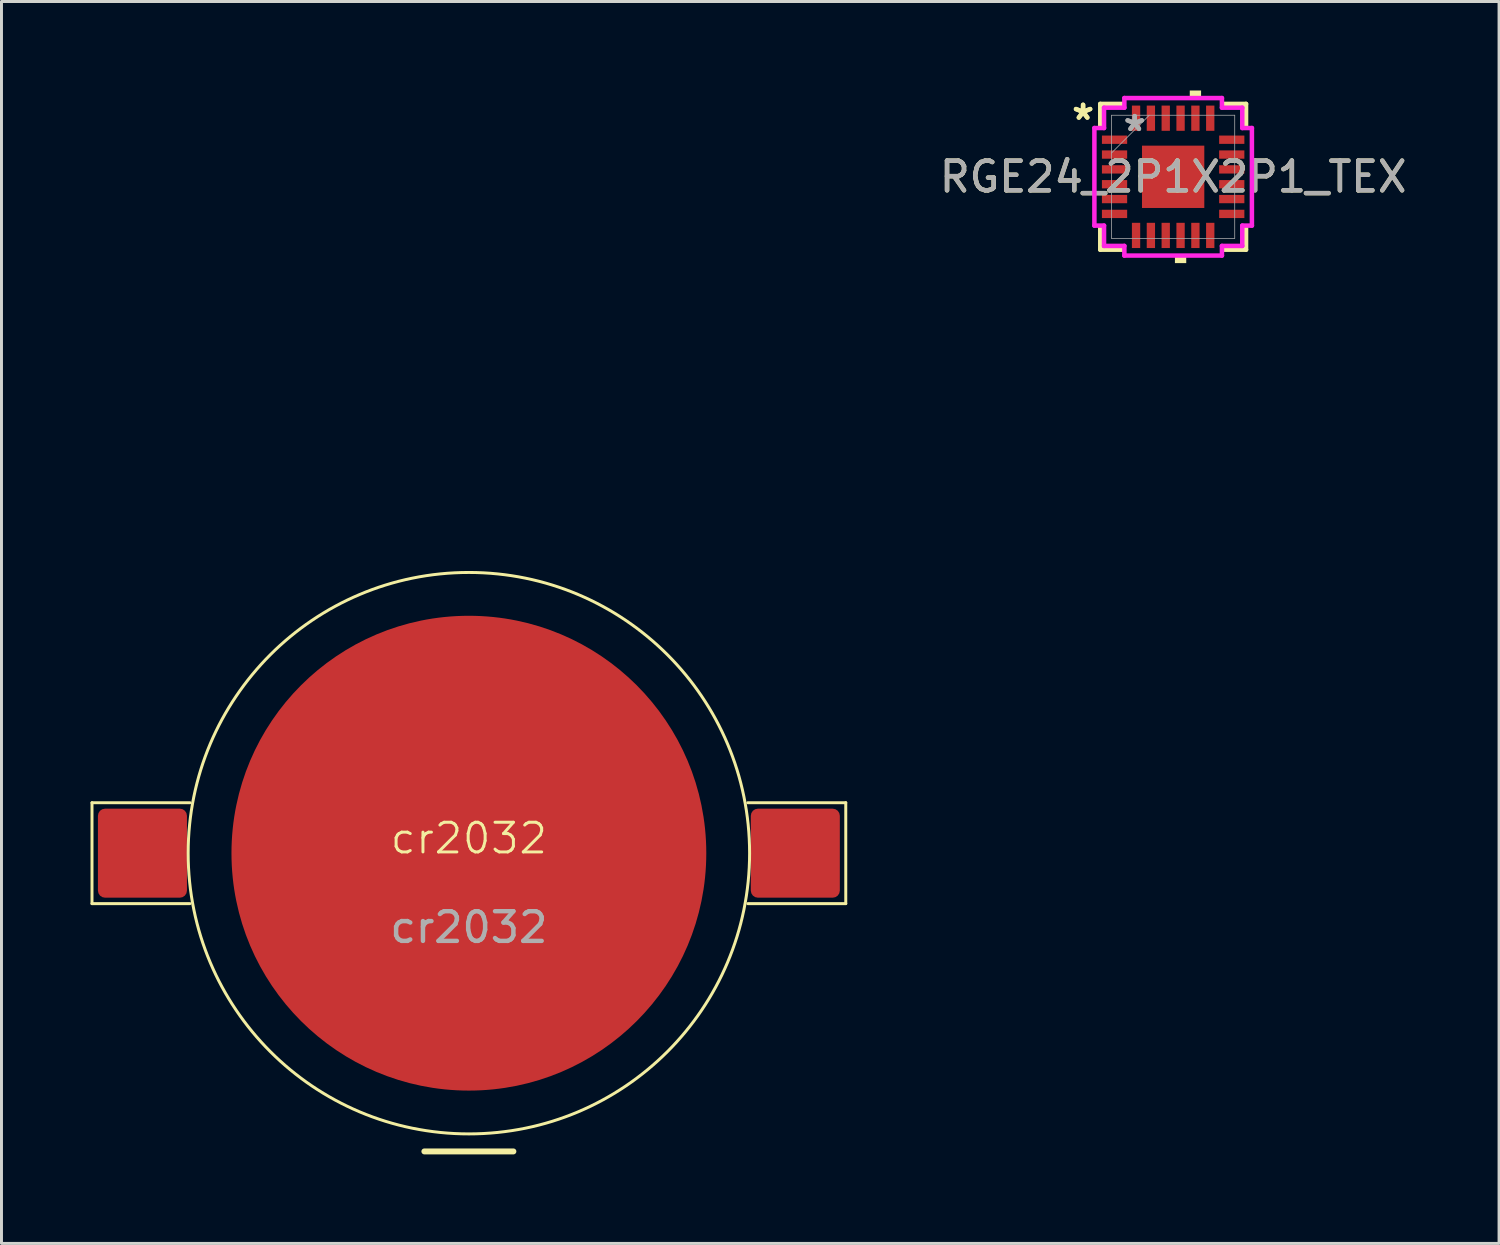
<source format=kicad_pcb>
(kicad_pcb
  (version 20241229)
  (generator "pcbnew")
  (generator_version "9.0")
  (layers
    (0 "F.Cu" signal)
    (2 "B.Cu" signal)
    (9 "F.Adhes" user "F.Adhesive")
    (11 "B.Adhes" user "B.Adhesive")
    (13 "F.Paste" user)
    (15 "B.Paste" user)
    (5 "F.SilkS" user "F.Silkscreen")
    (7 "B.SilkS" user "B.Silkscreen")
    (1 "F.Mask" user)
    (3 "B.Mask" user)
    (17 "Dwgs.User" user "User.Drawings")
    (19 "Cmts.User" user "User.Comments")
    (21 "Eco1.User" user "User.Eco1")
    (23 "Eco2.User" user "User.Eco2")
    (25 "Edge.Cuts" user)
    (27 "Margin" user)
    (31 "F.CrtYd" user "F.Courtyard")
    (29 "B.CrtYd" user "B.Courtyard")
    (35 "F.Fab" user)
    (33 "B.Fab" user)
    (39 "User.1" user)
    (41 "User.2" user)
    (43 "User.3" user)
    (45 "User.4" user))
  (footprint "cr2032"
    (layer "F.Cu")
    (at 12.75 25.7)
    (property "Reference" "cr2032" (at 0 -0.5 0) (unlocked yes) (layer "F.SilkS") (effects (font (size 1 1) (thickness 0.1))))
    (attr smd)
    (fp_line (start -12.7 -1.7) (end -9.4 -1.7) (stroke (width 0.1) (type default)) (layer "F.SilkS"))
    (fp_line (start -12.7 1.7) (end -12.7 -1.7) (stroke (width 0.1) (type default)) (layer "F.SilkS"))
    (fp_line (start -9.4 1.7) (end -12.7 1.7) (stroke (width 0.1) (type default)) (layer "F.SilkS"))
    (fp_line (start -1.5 10.05) (end 1.5 10.05) (stroke (width 0.2) (type default)) (layer "F.SilkS"))
    (fp_line (start 9.4 -1.7) (end 12.7 -1.7) (stroke (width 0.1) (type default)) (layer "F.SilkS"))
    (fp_line (start 12.7 -1.7) (end 12.7 1.7) (stroke (width 0.1) (type default)) (layer "F.SilkS"))
    (fp_line (start 12.7 1.7) (end 9.4 1.7) (stroke (width 0.1) (type default)) (layer "F.SilkS"))
    (fp_circle (center 0 0) (end 9.2 -2.2) (stroke (width 0.1) (type default)) (fill no) (layer "F.SilkS"))
    (fp_text user "${REFERENCE}" (at 0 2.5 0) (unlocked yes) (layer "F.Fab") (effects (font (size 1 1) (thickness 0.15))))
    (pad "1" smd roundrect (at -11 0) (size 3 3) (layers "F.Cu" "F.Mask" "F.Paste") (roundrect_rratio 0.08))
    (pad "1" smd roundrect (at 11 0) (size 3 3) (layers "F.Cu" "F.Mask" "F.Paste") (roundrect_rratio 0.08))
    (pad "2" smd circle (at 0 0) (size 16 16) (layers "F.Cu" "F.Mask" "F.Paste"))
    (zone (net_name "") (layer "F.Cu") (hatch edge 0.5) (connect_pads) (min_thickness 0.25) (filled_areas_thickness no) (keepout (tracks not_allowed) (vias not_allowed) (pads not_allowed) (copperpour not_allowed) (footprints not_allowed)) (placement (enabled no)) (fill) (polygon (pts (xy 3.291 25.7) (xy 22.209 25.7) (xy 22.25 0) (xy 3.3 0))))
    (zone (net_name "") (layer "F.Cu") (hatch edge 0.5) (connect_pads) (min_thickness 0.25) (filled_areas_thickness no) (keepout (tracks allowed) (vias not_allowed) (pads not_allowed) (copperpour not_allowed) (footprints not_allowed)) (placement (enabled no)) (fill) (polygon (pts (xy 21.861 25.7) (xy 21.842 25.104) (xy 21.783 24.511) (xy 21.686 23.923) (xy 21.551 23.342) (xy 21.378 22.771) (xy 21.168 22.213) (xy 20.922 21.67) (xy 20.64 21.144) (xy 20.326 20.638) (xy 19.978 20.154) (xy 19.6 19.693) (xy 19.193 19.257) (xy 18.757 18.85) (xy 18.296 18.472) (xy 17.812 18.124) (xy 17.306 17.81) (xy 16.78 17.528) (xy 16.237 17.282) (xy 15.679 17.072) (xy 15.108 16.899) (xy 14.527 16.764) (xy 13.939 16.667) (xy 13.346 16.608) (xy 12.75 16.589) (xy 12.154 16.608) (xy 11.561 16.667) (xy 10.973 16.764) (xy 10.392 16.899) (xy 9.821 17.072) (xy 9.263 17.282) (xy 8.72 17.528) (xy 8.194 17.81) (xy 7.688 18.124) (xy 7.204 18.472) (xy 6.743 18.85) (xy 6.307 19.257) (xy 5.9 19.693) (xy 5.522 20.154) (xy 5.174 20.638) (xy 4.86 21.144) (xy 4.578 21.67) (xy 4.332 22.213) (xy 4.122 22.771) (xy 3.949 23.342) (xy 3.814 23.923) (xy 3.717 24.511) (xy 3.658 25.104) (xy 3.639 25.7) (xy 3.658 26.296) (xy 3.717 26.889) (xy 3.814 27.477) (xy 3.949 28.058) (xy 4.122 28.629) (xy 4.332 29.187) (xy 4.578 29.73) (xy 4.86 30.256) (xy 5.174 30.762) (xy 5.522 31.246) (xy 5.9 31.707) (xy 6.307 32.143) (xy 6.743 32.55) (xy 7.204 32.928) (xy 7.688 33.276) (xy 8.194 33.59) (xy 8.72 33.872) (xy 9.263 34.118) (xy 9.821 34.328) (xy 10.392 34.501) (xy 10.973 34.636) (xy 11.561 34.733) (xy 12.154 34.792) (xy 12.75 34.811) (xy 13.346 34.792) (xy 13.939 34.733) (xy 14.527 34.636) (xy 15.108 34.501) (xy 15.679 34.328) (xy 16.237 34.118) (xy 16.78 33.872) (xy 17.306 33.59) (xy 17.812 33.276) (xy 18.296 32.928) (xy 18.757 32.55) (xy 19.193 32.143) (xy 19.6 31.707) (xy 19.978 31.246) (xy 20.326 30.762) (xy 20.64 30.256) (xy 20.922 29.73) (xy 21.168 29.187) (xy 21.378 28.629) (xy 21.551 28.058) (xy 21.686 27.477) (xy 21.783 26.889) (xy 21.842 26.296)))))
  (footprint "RGE24_2P1X2P1_TEX"
    (layer "F.Cu")
    (at 36.482 2.908)
    (property "Reference" "RGE24_2P1X2P1_TEX" (at 0 0 0) (unlocked yes) (layer "F.SilkS") (effects (font (size 1 1) (thickness 0.15))))
    (attr smd)
    (fp_poly (pts (xy -1.113 -1.113) (xy 1.113 -1.113) (xy 1.113 1.106) (xy -1.113 1.106)) (stroke (width 0) (type solid)) (fill yes) (layer "F.Mask"))
    (fp_line (start -2.456 -2.456) (end -2.456 -1.718) (stroke (width 0.152) (type solid)) (layer "F.SilkS"))
    (fp_line (start -2.456 1.718) (end -2.456 2.456) (stroke (width 0.152) (type solid)) (layer "F.SilkS"))
    (fp_line (start -2.456 2.456) (end -1.718 2.456) (stroke (width 0.152) (type solid)) (layer "F.SilkS"))
    (fp_line (start -1.718 -2.456) (end -2.456 -2.456) (stroke (width 0.152) (type solid)) (layer "F.SilkS"))
    (fp_line (start 1.718 2.456) (end 2.456 2.456) (stroke (width 0.152) (type solid)) (layer "F.SilkS"))
    (fp_line (start 2.456 -2.456) (end 1.718 -2.456) (stroke (width 0.152) (type solid)) (layer "F.SilkS"))
    (fp_line (start 2.456 -1.718) (end 2.456 -2.456) (stroke (width 0.152) (type solid)) (layer "F.SilkS"))
    (fp_line (start 2.456 2.456) (end 2.456 1.718) (stroke (width 0.152) (type solid)) (layer "F.SilkS"))
    (fp_poly (pts (xy 0.06 2.654) (xy 0.06 2.908) (xy 0.441 2.908) (xy 0.441 2.654)) (stroke (width 0) (type solid)) (fill yes) (layer "F.SilkS"))
    (fp_poly (pts (xy 0.56 -2.654) (xy 0.56 -2.908) (xy 0.941 -2.908) (xy 0.941 -2.654)) (stroke (width 0) (type solid)) (fill yes) (layer "F.SilkS"))
    (fp_poly (pts (xy -0.975 -0.975) (xy -0.975 -0.494) (xy -0.635 -0.494) (xy -0.494 -0.635) (xy -0.494 -0.975)) (stroke (width 0) (type solid)) (fill yes) (layer "F.Paste"))
    (fp_poly (pts (xy -0.975 0.494) (xy -0.975 0.975) (xy -0.494 0.975) (xy -0.494 0.635) (xy -0.635 0.494)) (stroke (width 0) (type solid)) (fill yes) (layer "F.Paste"))
    (fp_poly (pts (xy 0.494 -0.975) (xy 0.494 -0.635) (xy 0.635 -0.494) (xy 0.975 -0.494) (xy 0.975 -0.975)) (stroke (width 0) (type solid)) (fill yes) (layer "F.Paste"))
    (fp_poly (pts (xy 0.635 0.494) (xy 0.494 0.635) (xy 0.494 0.975) (xy 0.975 0.975) (xy 0.975 0.494)) (stroke (width 0) (type solid)) (fill yes) (layer "F.Paste"))
    (fp_poly (pts (xy -0.975 -0.294) (xy -0.975 0.294) (xy -0.635 0.294) (xy -0.494 0.152) (xy -0.494 -0.152) (xy -0.635 -0.294)) (stroke (width 0) (type solid)) (fill yes) (layer "F.Paste"))
    (fp_poly (pts (xy -0.294 -0.975) (xy -0.294 -0.635) (xy -0.152 -0.494) (xy 0.152 -0.494) (xy 0.294 -0.635) (xy 0.294 -0.975)) (stroke (width 0) (type solid)) (fill yes) (layer "F.Paste"))
    (fp_poly (pts (xy -0.152 0.494) (xy -0.294 0.635) (xy -0.294 0.975) (xy 0.294 0.975) (xy 0.294 0.635) (xy 0.152 0.494)) (stroke (width 0) (type solid)) (fill yes) (layer "F.Paste"))
    (fp_poly (pts (xy 0.635 -0.294) (xy 0.494 -0.152) (xy 0.494 0.152) (xy 0.635 0.294) (xy 0.975 0.294) (xy 0.975 -0.294)) (stroke (width 0) (type solid)) (fill yes) (layer "F.Paste"))
    (fp_poly (pts (xy -0.152 -0.294) (xy -0.294 -0.152) (xy -0.294 0.152) (xy -0.152 0.294) (xy 0.152 0.294) (xy 0.294 0.152) (xy 0.294 -0.152) (xy 0.152 -0.294)) (stroke (width 0) (type solid)) (fill yes) (layer "F.Paste"))
    (fp_line (start -2.654 -1.644) (end -2.329 -1.644) (stroke (width 0.152) (type solid)) (layer "F.CrtYd"))
    (fp_line (start -2.654 1.644) (end -2.654 -1.644) (stroke (width 0.152) (type solid)) (layer "F.CrtYd"))
    (fp_line (start -2.329 -2.329) (end -1.644 -2.329) (stroke (width 0.152) (type solid)) (layer "F.CrtYd"))
    (fp_line (start -2.329 -1.644) (end -2.329 -2.329) (stroke (width 0.152) (type solid)) (layer "F.CrtYd"))
    (fp_line (start -2.329 1.644) (end -2.654 1.644) (stroke (width 0.152) (type solid)) (layer "F.CrtYd"))
    (fp_line (start -2.329 2.329) (end -2.329 1.644) (stroke (width 0.152) (type solid)) (layer "F.CrtYd"))
    (fp_line (start -1.644 -2.654) (end 1.644 -2.654) (stroke (width 0.152) (type solid)) (layer "F.CrtYd"))
    (fp_line (start -1.644 -2.329) (end -1.644 -2.654) (stroke (width 0.152) (type solid)) (layer "F.CrtYd"))
    (fp_line (start -1.644 2.329) (end -2.329 2.329) (stroke (width 0.152) (type solid)) (layer "F.CrtYd"))
    (fp_line (start -1.644 2.654) (end -1.644 2.329) (stroke (width 0.152) (type solid)) (layer "F.CrtYd"))
    (fp_line (start 1.644 -2.654) (end 1.644 -2.329) (stroke (width 0.152) (type solid)) (layer "F.CrtYd"))
    (fp_line (start 1.644 -2.329) (end 2.329 -2.329) (stroke (width 0.152) (type solid)) (layer "F.CrtYd"))
    (fp_line (start 1.644 2.329) (end 1.644 2.654) (stroke (width 0.152) (type solid)) (layer "F.CrtYd"))
    (fp_line (start 1.644 2.654) (end -1.644 2.654) (stroke (width 0.152) (type solid)) (layer "F.CrtYd"))
    (fp_line (start 2.329 -2.329) (end 2.329 -1.644) (stroke (width 0.152) (type solid)) (layer "F.CrtYd"))
    (fp_line (start 2.329 -1.644) (end 2.654 -1.644) (stroke (width 0.152) (type solid)) (layer "F.CrtYd"))
    (fp_line (start 2.329 1.644) (end 2.329 2.329) (stroke (width 0.152) (type solid)) (layer "F.CrtYd"))
    (fp_line (start 2.329 2.329) (end 1.644 2.329) (stroke (width 0.152) (type solid)) (layer "F.CrtYd"))
    (fp_line (start 2.654 -1.644) (end 2.654 1.644) (stroke (width 0.152) (type solid)) (layer "F.CrtYd"))
    (fp_line (start 2.654 1.644) (end 2.329 1.644) (stroke (width 0.152) (type solid)) (layer "F.CrtYd"))
    (fp_line (start -2.075 -2.075) (end -2.075 2.075) (stroke (width 0.025) (type solid)) (layer "F.Fab"))
    (fp_line (start -2.075 -0.805) (end -0.805 -2.075) (stroke (width 0.025) (type solid)) (layer "F.Fab"))
    (fp_line (start -2.075 2.075) (end 2.075 2.075) (stroke (width 0.025) (type solid)) (layer "F.Fab"))
    (fp_line (start 2.075 -2.075) (end -2.075 -2.075) (stroke (width 0.025) (type solid)) (layer "F.Fab"))
    (fp_line (start 2.075 2.075) (end 2.075 -2.075) (stroke (width 0.025) (type solid)) (layer "F.Fab"))
    (fp_text user "*" (at -3.035 -1.881 0) (unlocked yes) (layer "F.SilkS") (effects (font (size 1 1) (thickness 0.15))))
    (fp_text user "*" (at -3.035 -1.881 0) (unlocked yes) (layer "F.SilkS") (effects (font (size 1 1) (thickness 0.15))))
    (fp_text user "${REFERENCE}" (at 0 0 0) (unlocked yes) (layer "F.Fab") (effects (font (size 1 1) (thickness 0.15))))
    (fp_text user "*" (at -1.296 -1.5 0) (unlocked yes) (layer "F.Fab") (effects (font (size 1 1) (thickness 0.15))))
    (fp_text user "*" (at -1.296 -1.5 0) (unlocked yes) (layer "F.Fab") (effects (font (size 1 1) (thickness 0.15))))
    (pad "1" smd rect (at -1.975 -1.25 90) (size 0.28 0.85) (layers "F.Cu" "F.Mask" "F.Paste"))
    (pad "2" smd rect (at -1.975 -0.75 90) (size 0.28 0.85) (layers "F.Cu" "F.Mask" "F.Paste"))
    (pad "3" smd rect (at -1.975 -0.25 90) (size 0.28 0.85) (layers "F.Cu" "F.Mask" "F.Paste"))
    (pad "4" smd rect (at -1.975 0.25 90) (size 0.28 0.85) (layers "F.Cu" "F.Mask" "F.Paste"))
    (pad "5" smd rect (at -1.975 0.75 90) (size 0.28 0.85) (layers "F.Cu" "F.Mask" "F.Paste"))
    (pad "6" smd rect (at -1.975 1.25 90) (size 0.28 0.85) (layers "F.Cu" "F.Mask" "F.Paste"))
    (pad "7" smd rect (at -1.25 1.975) (size 0.28 0.85) (layers "F.Cu" "F.Mask" "F.Paste"))
    (pad "8" smd rect (at -0.75 1.975) (size 0.28 0.85) (layers "F.Cu" "F.Mask" "F.Paste"))
    (pad "9" smd rect (at -0.25 1.975) (size 0.28 0.85) (layers "F.Cu" "F.Mask" "F.Paste"))
    (pad "10" smd rect (at 0.25 1.975) (size 0.28 0.85) (layers "F.Cu" "F.Mask" "F.Paste"))
    (pad "11" smd rect (at 0.75 1.975) (size 0.28 0.85) (layers "F.Cu" "F.Mask" "F.Paste"))
    (pad "12" smd rect (at 1.25 1.975) (size 0.28 0.85) (layers "F.Cu" "F.Mask" "F.Paste"))
    (pad "13" smd rect (at 1.975 1.25 90) (size 0.28 0.85) (layers "F.Cu" "F.Mask" "F.Paste"))
    (pad "14" smd rect (at 1.975 0.75 90) (size 0.28 0.85) (layers "F.Cu" "F.Mask" "F.Paste"))
    (pad "15" smd rect (at 1.975 0.25 90) (size 0.28 0.85) (layers "F.Cu" "F.Mask" "F.Paste"))
    (pad "16" smd rect (at 1.975 -0.25 90) (size 0.28 0.85) (layers "F.Cu" "F.Mask" "F.Paste"))
    (pad "17" smd rect (at 1.975 -0.75 90) (size 0.28 0.85) (layers "F.Cu" "F.Mask" "F.Paste"))
    (pad "18" smd rect (at 1.975 -1.25 90) (size 0.28 0.85) (layers "F.Cu" "F.Mask" "F.Paste"))
    (pad "19" smd rect (at 1.25 -1.975) (size 0.28 0.85) (layers "F.Cu" "F.Mask" "F.Paste"))
    (pad "20" smd rect (at 0.75 -1.975) (size 0.28 0.85) (layers "F.Cu" "F.Mask" "F.Paste"))
    (pad "21" smd rect (at 0.25 -1.975) (size 0.28 0.85) (layers "F.Cu" "F.Mask" "F.Paste"))
    (pad "22" smd rect (at -0.25 -1.975) (size 0.28 0.85) (layers "F.Cu" "F.Mask" "F.Paste"))
    (pad "23" smd rect (at -0.75 -1.975) (size 0.28 0.85) (layers "F.Cu" "F.Mask" "F.Paste"))
    (pad "24" smd rect (at -1.25 -1.975) (size 0.28 0.85) (layers "F.Cu" "F.Mask" "F.Paste"))
    (pad "25" smd rect (at 0 0) (size 2.1 2.1) (layers "F.Cu")))
  (gr_rect
    (start -3 -3)
    (end 47.464 38.85)
    (stroke (width 0.1) (type default))
    (fill no)
    (layer "Edge.Cuts")))
</source>
